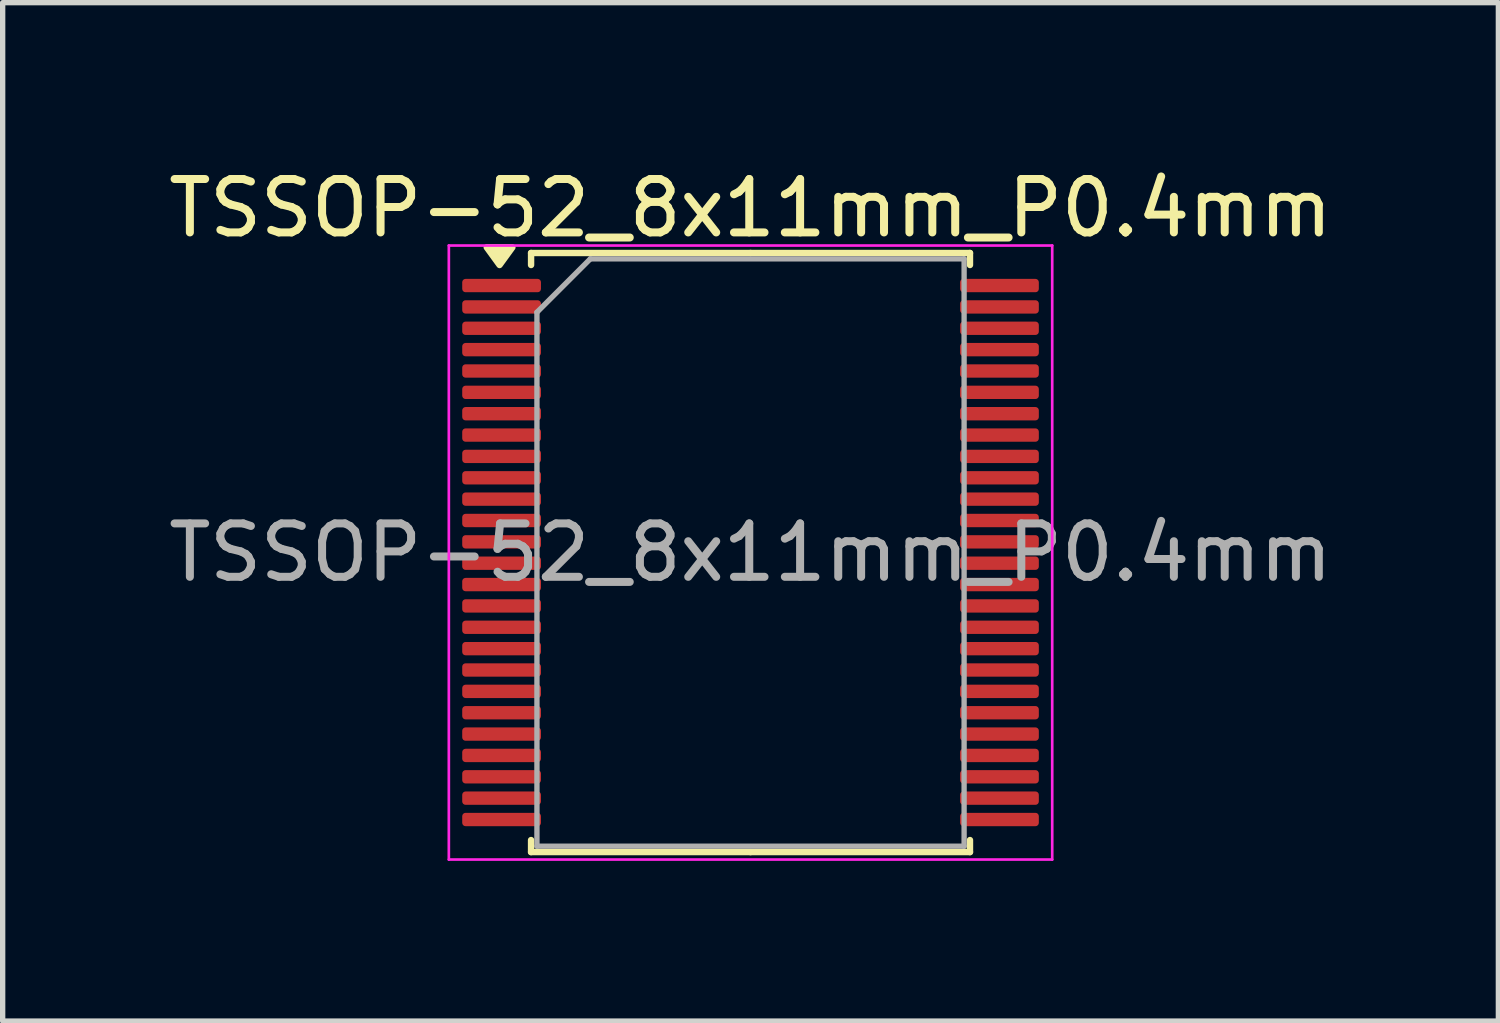
<source format=kicad_pcb>
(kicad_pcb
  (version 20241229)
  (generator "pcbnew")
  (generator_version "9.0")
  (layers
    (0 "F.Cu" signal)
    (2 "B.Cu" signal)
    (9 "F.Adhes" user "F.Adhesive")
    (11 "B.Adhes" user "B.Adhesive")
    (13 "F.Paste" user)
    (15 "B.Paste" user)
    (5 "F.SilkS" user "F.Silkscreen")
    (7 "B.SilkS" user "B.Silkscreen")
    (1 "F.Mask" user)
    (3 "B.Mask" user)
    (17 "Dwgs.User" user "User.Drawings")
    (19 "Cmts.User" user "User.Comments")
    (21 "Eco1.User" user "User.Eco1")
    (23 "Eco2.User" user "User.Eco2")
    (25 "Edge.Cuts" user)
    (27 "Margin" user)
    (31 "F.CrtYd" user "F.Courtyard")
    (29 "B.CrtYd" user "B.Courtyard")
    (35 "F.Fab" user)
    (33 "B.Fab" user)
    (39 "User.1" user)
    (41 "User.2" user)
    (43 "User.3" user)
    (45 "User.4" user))
  (footprint "TSSOP-52_8x11mm_P0.4mm"
    (layer "F.Cu")
    (at 11.006 7.298)
    (property "Reference" "TSSOP-52_8x11mm_P0.4mm" (at 0 -6.45 0) (layer "F.SilkS") (effects (font (size 1 1) (thickness 0.15))))
    (attr smd)
    (fp_line (start -4.11 -5.61) (end -4.11 -5.385) (stroke (width 0.12) (type solid)) (layer "F.SilkS"))
    (fp_line (start -4.11 5.61) (end -4.11 5.385) (stroke (width 0.12) (type solid)) (layer "F.SilkS"))
    (fp_line (start 0 -5.61) (end -4.11 -5.61) (stroke (width 0.12) (type solid)) (layer "F.SilkS"))
    (fp_line (start 0 -5.61) (end 4.11 -5.61) (stroke (width 0.12) (type solid)) (layer "F.SilkS"))
    (fp_line (start 0 5.61) (end -4.11 5.61) (stroke (width 0.12) (type solid)) (layer "F.SilkS"))
    (fp_line (start 0 5.61) (end 4.11 5.61) (stroke (width 0.12) (type solid)) (layer "F.SilkS"))
    (fp_line (start 4.11 -5.61) (end 4.11 -5.385) (stroke (width 0.12) (type solid)) (layer "F.SilkS"))
    (fp_line (start 4.11 5.61) (end 4.11 5.385) (stroke (width 0.12) (type solid)) (layer "F.SilkS"))
    (fp_poly (pts (xy -4.7 -5.385) (xy -4.94 -5.715) (xy -4.46 -5.715) (xy -4.7 -5.385)) (stroke (width 0.12) (type solid)) (fill yes) (layer "F.SilkS"))
    (fp_line (start -5.65 -5.75) (end -5.65 5.75) (stroke (width 0.05) (type solid)) (layer "F.CrtYd"))
    (fp_line (start -5.65 5.75) (end 5.65 5.75) (stroke (width 0.05) (type solid)) (layer "F.CrtYd"))
    (fp_line (start 5.65 -5.75) (end -5.65 -5.75) (stroke (width 0.05) (type solid)) (layer "F.CrtYd"))
    (fp_line (start 5.65 5.75) (end 5.65 -5.75) (stroke (width 0.05) (type solid)) (layer "F.CrtYd"))
    (fp_line (start -4 -4.5) (end -3 -5.5) (stroke (width 0.1) (type solid)) (layer "F.Fab"))
    (fp_line (start -4 5.5) (end -4 -4.5) (stroke (width 0.1) (type solid)) (layer "F.Fab"))
    (fp_line (start -3 -5.5) (end 4 -5.5) (stroke (width 0.1) (type solid)) (layer "F.Fab"))
    (fp_line (start 4 -5.5) (end 4 5.5) (stroke (width 0.1) (type solid)) (layer "F.Fab"))
    (fp_line (start 4 5.5) (end -4 5.5) (stroke (width 0.1) (type solid)) (layer "F.Fab"))
    (fp_text user "${REFERENCE}" (at 0 0 0) (layer "F.Fab") (effects (font (size 1 1) (thickness 0.15))))
    (pad "1" smd roundrect (at -4.662 -5) (size 1.475 0.25) (layers "F.Cu" "F.Mask" "F.Paste") (roundrect_rratio 0.25))
    (pad "2" smd roundrect (at -4.662 -4.6) (size 1.475 0.25) (layers "F.Cu" "F.Mask" "F.Paste") (roundrect_rratio 0.25))
    (pad "3" smd roundrect (at -4.662 -4.2) (size 1.475 0.25) (layers "F.Cu" "F.Mask" "F.Paste") (roundrect_rratio 0.25))
    (pad "4" smd roundrect (at -4.662 -3.8) (size 1.475 0.25) (layers "F.Cu" "F.Mask" "F.Paste") (roundrect_rratio 0.25))
    (pad "5" smd roundrect (at -4.662 -3.4) (size 1.475 0.25) (layers "F.Cu" "F.Mask" "F.Paste") (roundrect_rratio 0.25))
    (pad "6" smd roundrect (at -4.662 -3) (size 1.475 0.25) (layers "F.Cu" "F.Mask" "F.Paste") (roundrect_rratio 0.25))
    (pad "7" smd roundrect (at -4.662 -2.6) (size 1.475 0.25) (layers "F.Cu" "F.Mask" "F.Paste") (roundrect_rratio 0.25))
    (pad "8" smd roundrect (at -4.662 -2.2) (size 1.475 0.25) (layers "F.Cu" "F.Mask" "F.Paste") (roundrect_rratio 0.25))
    (pad "9" smd roundrect (at -4.662 -1.8) (size 1.475 0.25) (layers "F.Cu" "F.Mask" "F.Paste") (roundrect_rratio 0.25))
    (pad "10" smd roundrect (at -4.662 -1.4) (size 1.475 0.25) (layers "F.Cu" "F.Mask" "F.Paste") (roundrect_rratio 0.25))
    (pad "11" smd roundrect (at -4.662 -1) (size 1.475 0.25) (layers "F.Cu" "F.Mask" "F.Paste") (roundrect_rratio 0.25))
    (pad "12" smd roundrect (at -4.662 -0.6) (size 1.475 0.25) (layers "F.Cu" "F.Mask" "F.Paste") (roundrect_rratio 0.25))
    (pad "13" smd roundrect (at -4.662 -0.2) (size 1.475 0.25) (layers "F.Cu" "F.Mask" "F.Paste") (roundrect_rratio 0.25))
    (pad "14" smd roundrect (at -4.662 0.2) (size 1.475 0.25) (layers "F.Cu" "F.Mask" "F.Paste") (roundrect_rratio 0.25))
    (pad "15" smd roundrect (at -4.662 0.6) (size 1.475 0.25) (layers "F.Cu" "F.Mask" "F.Paste") (roundrect_rratio 0.25))
    (pad "16" smd roundrect (at -4.662 1) (size 1.475 0.25) (layers "F.Cu" "F.Mask" "F.Paste") (roundrect_rratio 0.25))
    (pad "17" smd roundrect (at -4.662 1.4) (size 1.475 0.25) (layers "F.Cu" "F.Mask" "F.Paste") (roundrect_rratio 0.25))
    (pad "18" smd roundrect (at -4.662 1.8) (size 1.475 0.25) (layers "F.Cu" "F.Mask" "F.Paste") (roundrect_rratio 0.25))
    (pad "19" smd roundrect (at -4.662 2.2) (size 1.475 0.25) (layers "F.Cu" "F.Mask" "F.Paste") (roundrect_rratio 0.25))
    (pad "20" smd roundrect (at -4.662 2.6) (size 1.475 0.25) (layers "F.Cu" "F.Mask" "F.Paste") (roundrect_rratio 0.25))
    (pad "21" smd roundrect (at -4.662 3) (size 1.475 0.25) (layers "F.Cu" "F.Mask" "F.Paste") (roundrect_rratio 0.25))
    (pad "22" smd roundrect (at -4.662 3.4) (size 1.475 0.25) (layers "F.Cu" "F.Mask" "F.Paste") (roundrect_rratio 0.25))
    (pad "23" smd roundrect (at -4.662 3.8) (size 1.475 0.25) (layers "F.Cu" "F.Mask" "F.Paste") (roundrect_rratio 0.25))
    (pad "24" smd roundrect (at -4.662 4.2) (size 1.475 0.25) (layers "F.Cu" "F.Mask" "F.Paste") (roundrect_rratio 0.25))
    (pad "25" smd roundrect (at -4.662 4.6) (size 1.475 0.25) (layers "F.Cu" "F.Mask" "F.Paste") (roundrect_rratio 0.25))
    (pad "26" smd roundrect (at -4.662 5) (size 1.475 0.25) (layers "F.Cu" "F.Mask" "F.Paste") (roundrect_rratio 0.25))
    (pad "27" smd roundrect (at 4.662 5) (size 1.475 0.25) (layers "F.Cu" "F.Mask" "F.Paste") (roundrect_rratio 0.25))
    (pad "28" smd roundrect (at 4.662 4.6) (size 1.475 0.25) (layers "F.Cu" "F.Mask" "F.Paste") (roundrect_rratio 0.25))
    (pad "29" smd roundrect (at 4.662 4.2) (size 1.475 0.25) (layers "F.Cu" "F.Mask" "F.Paste") (roundrect_rratio 0.25))
    (pad "30" smd roundrect (at 4.662 3.8) (size 1.475 0.25) (layers "F.Cu" "F.Mask" "F.Paste") (roundrect_rratio 0.25))
    (pad "31" smd roundrect (at 4.662 3.4) (size 1.475 0.25) (layers "F.Cu" "F.Mask" "F.Paste") (roundrect_rratio 0.25))
    (pad "32" smd roundrect (at 4.662 3) (size 1.475 0.25) (layers "F.Cu" "F.Mask" "F.Paste") (roundrect_rratio 0.25))
    (pad "33" smd roundrect (at 4.662 2.6) (size 1.475 0.25) (layers "F.Cu" "F.Mask" "F.Paste") (roundrect_rratio 0.25))
    (pad "34" smd roundrect (at 4.662 2.2) (size 1.475 0.25) (layers "F.Cu" "F.Mask" "F.Paste") (roundrect_rratio 0.25))
    (pad "35" smd roundrect (at 4.662 1.8) (size 1.475 0.25) (layers "F.Cu" "F.Mask" "F.Paste") (roundrect_rratio 0.25))
    (pad "36" smd roundrect (at 4.662 1.4) (size 1.475 0.25) (layers "F.Cu" "F.Mask" "F.Paste") (roundrect_rratio 0.25))
    (pad "37" smd roundrect (at 4.662 1) (size 1.475 0.25) (layers "F.Cu" "F.Mask" "F.Paste") (roundrect_rratio 0.25))
    (pad "38" smd roundrect (at 4.662 0.6) (size 1.475 0.25) (layers "F.Cu" "F.Mask" "F.Paste") (roundrect_rratio 0.25))
    (pad "39" smd roundrect (at 4.662 0.2) (size 1.475 0.25) (layers "F.Cu" "F.Mask" "F.Paste") (roundrect_rratio 0.25))
    (pad "40" smd roundrect (at 4.662 -0.2) (size 1.475 0.25) (layers "F.Cu" "F.Mask" "F.Paste") (roundrect_rratio 0.25))
    (pad "41" smd roundrect (at 4.662 -0.6) (size 1.475 0.25) (layers "F.Cu" "F.Mask" "F.Paste") (roundrect_rratio 0.25))
    (pad "42" smd roundrect (at 4.662 -1) (size 1.475 0.25) (layers "F.Cu" "F.Mask" "F.Paste") (roundrect_rratio 0.25))
    (pad "43" smd roundrect (at 4.662 -1.4) (size 1.475 0.25) (layers "F.Cu" "F.Mask" "F.Paste") (roundrect_rratio 0.25))
    (pad "44" smd roundrect (at 4.662 -1.8) (size 1.475 0.25) (layers "F.Cu" "F.Mask" "F.Paste") (roundrect_rratio 0.25))
    (pad "45" smd roundrect (at 4.662 -2.2) (size 1.475 0.25) (layers "F.Cu" "F.Mask" "F.Paste") (roundrect_rratio 0.25))
    (pad "46" smd roundrect (at 4.662 -2.6) (size 1.475 0.25) (layers "F.Cu" "F.Mask" "F.Paste") (roundrect_rratio 0.25))
    (pad "47" smd roundrect (at 4.662 -3) (size 1.475 0.25) (layers "F.Cu" "F.Mask" "F.Paste") (roundrect_rratio 0.25))
    (pad "48" smd roundrect (at 4.662 -3.4) (size 1.475 0.25) (layers "F.Cu" "F.Mask" "F.Paste") (roundrect_rratio 0.25))
    (pad "49" smd roundrect (at 4.662 -3.8) (size 1.475 0.25) (layers "F.Cu" "F.Mask" "F.Paste") (roundrect_rratio 0.25))
    (pad "50" smd roundrect (at 4.662 -4.2) (size 1.475 0.25) (layers "F.Cu" "F.Mask" "F.Paste") (roundrect_rratio 0.25))
    (pad "51" smd roundrect (at 4.662 -4.6) (size 1.475 0.25) (layers "F.Cu" "F.Mask" "F.Paste") (roundrect_rratio 0.25))
    (pad "52" smd roundrect (at 4.662 -5) (size 1.475 0.25) (layers "F.Cu" "F.Mask" "F.Paste") (roundrect_rratio 0.25)))
  (gr_rect
    (start -3 -3)
    (end 25.012 16.073)
    (stroke (width 0.1) (type default))
    (fill no)
    (layer "Edge.Cuts")))
</source>
